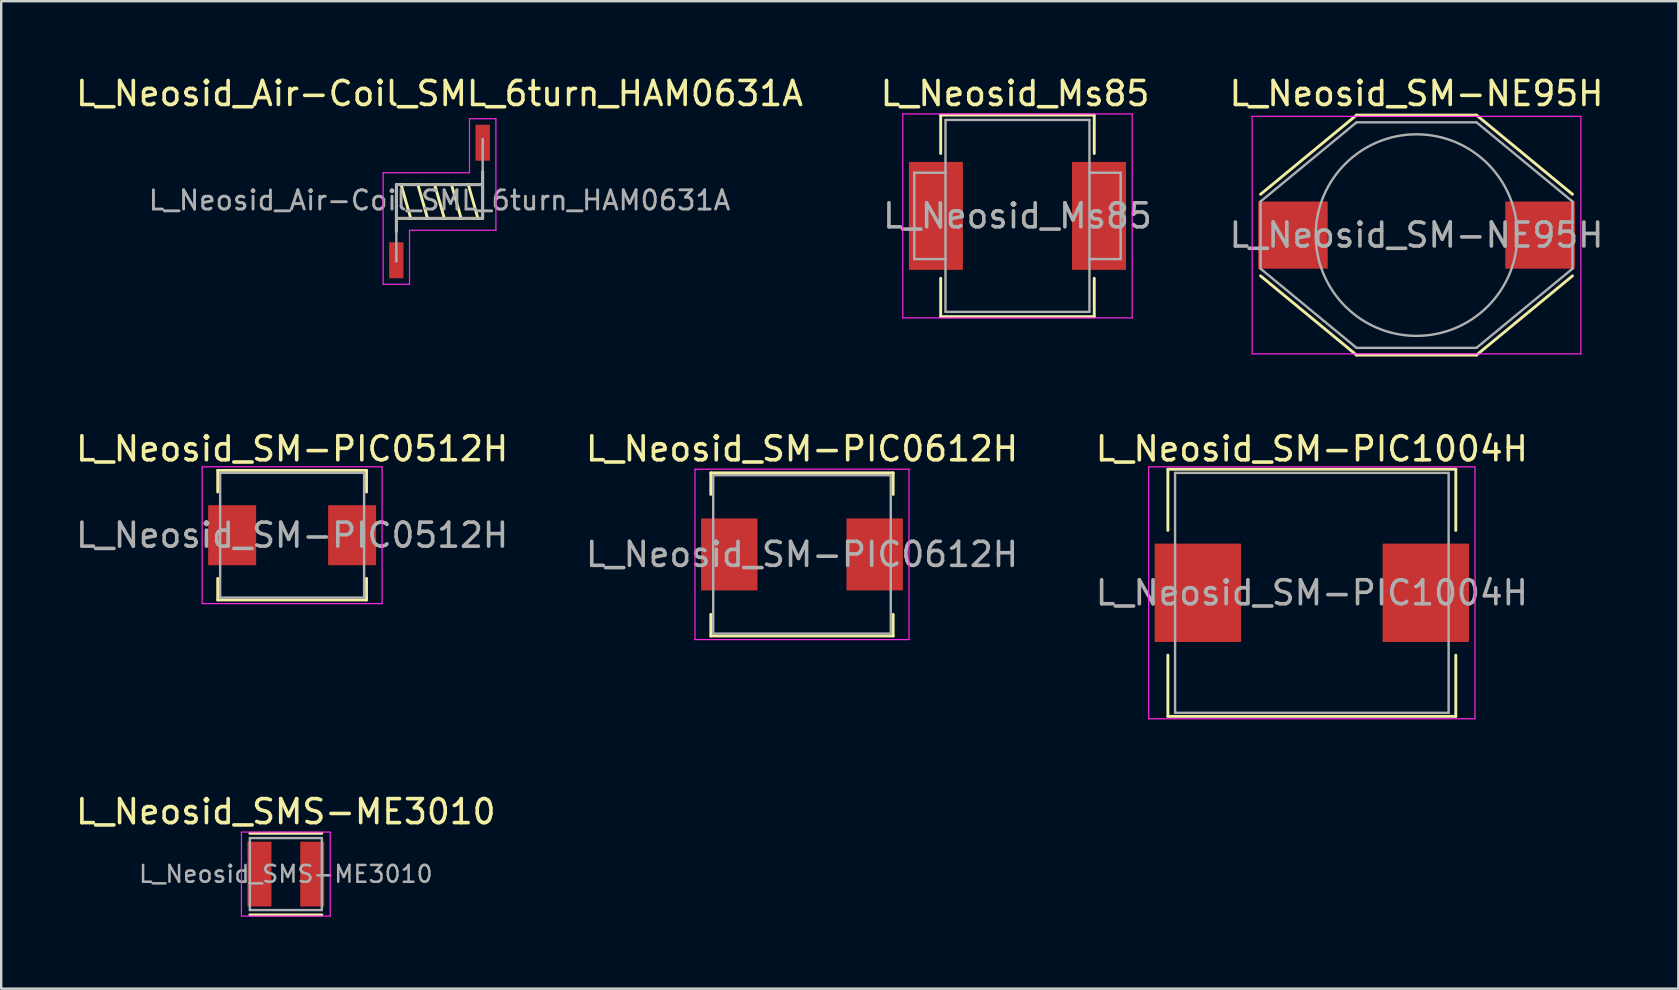
<source format=kicad_pcb>
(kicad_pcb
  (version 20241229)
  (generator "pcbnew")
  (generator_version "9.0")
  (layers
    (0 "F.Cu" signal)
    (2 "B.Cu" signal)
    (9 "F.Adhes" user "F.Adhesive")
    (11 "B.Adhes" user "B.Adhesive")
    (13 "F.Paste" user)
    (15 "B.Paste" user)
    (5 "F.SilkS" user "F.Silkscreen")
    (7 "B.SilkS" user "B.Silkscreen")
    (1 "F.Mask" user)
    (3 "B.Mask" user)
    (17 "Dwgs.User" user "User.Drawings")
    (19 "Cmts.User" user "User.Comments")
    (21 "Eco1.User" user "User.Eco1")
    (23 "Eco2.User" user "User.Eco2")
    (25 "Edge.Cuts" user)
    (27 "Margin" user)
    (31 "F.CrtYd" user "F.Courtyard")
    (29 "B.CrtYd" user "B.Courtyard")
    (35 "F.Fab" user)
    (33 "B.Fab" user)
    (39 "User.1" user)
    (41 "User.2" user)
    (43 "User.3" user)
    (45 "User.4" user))
  (footprint "L_Neosid_Air-Coil_SML_6turn_HAM0631A"
    (layer "F.Cu")
    (at 15.268 5.348)
    (property "Reference" "L_Neosid_Air-Coil_SML_6turn_HAM0631A" (at 0 -4.5 0) (layer "F.SilkS") (effects (font (size 1 1) (thickness 0.15))))
    (attr smd)
    (fp_line (start -1.8 -0.7) (end -1.8 1.25) (stroke (width 0.12) (type solid)) (layer "F.SilkS"))
    (fp_line (start -1.8 -0.7) (end 1.8 -0.7) (stroke (width 0.12) (type solid)) (layer "F.SilkS"))
    (fp_line (start -1.6 -0.7) (end -1.2 0.7) (stroke (width 0.12) (type solid)) (layer "F.SilkS"))
    (fp_line (start -0.9 -0.7) (end -0.5 0.7) (stroke (width 0.12) (type solid)) (layer "F.SilkS"))
    (fp_line (start -0.2 -0.7) (end 0.2 0.7) (stroke (width 0.12) (type solid)) (layer "F.SilkS"))
    (fp_line (start 0.5 -0.7) (end 0.9 0.7) (stroke (width 0.12) (type solid)) (layer "F.SilkS"))
    (fp_line (start 1.2 -0.7) (end 1.6 0.7) (stroke (width 0.12) (type solid)) (layer "F.SilkS"))
    (fp_line (start 1.8 0.7) (end -1.8 0.7) (stroke (width 0.12) (type solid)) (layer "F.SilkS"))
    (fp_line (start 1.8 0.7) (end 1.8 -1.25) (stroke (width 0.12) (type solid)) (layer "F.SilkS"))
    (fp_line (start -2.35 -1.2) (end -2.35 3.45) (stroke (width 0.05) (type solid)) (layer "F.CrtYd"))
    (fp_line (start -2.35 3.45) (end -1.25 3.45) (stroke (width 0.05) (type solid)) (layer "F.CrtYd"))
    (fp_line (start -1.25 1.2) (end 2.35 1.2) (stroke (width 0.05) (type solid)) (layer "F.CrtYd"))
    (fp_line (start -1.25 3.45) (end -1.25 1.2) (stroke (width 0.05) (type solid)) (layer "F.CrtYd"))
    (fp_line (start 1.25 -3.45) (end 1.25 -1.2) (stroke (width 0.05) (type solid)) (layer "F.CrtYd"))
    (fp_line (start 1.25 -1.2) (end -2.35 -1.2) (stroke (width 0.05) (type solid)) (layer "F.CrtYd"))
    (fp_line (start 2.35 -3.45) (end 1.25 -3.45) (stroke (width 0.05) (type solid)) (layer "F.CrtYd"))
    (fp_line (start 2.35 1.2) (end 2.35 -3.45) (stroke (width 0.05) (type solid)) (layer "F.CrtYd"))
    (fp_line (start -1.8 -0.7) (end 1.8 -0.7) (stroke (width 0.1) (type solid)) (layer "F.Fab"))
    (fp_line (start -1.8 0.7) (end 1.8 0.7) (stroke (width 0.1) (type solid)) (layer "F.Fab"))
    (fp_line (start -1.8 2.5) (end -1.8 -0.7) (stroke (width 0.1) (type solid)) (layer "F.Fab"))
    (fp_line (start 1.8 0.7) (end 1.8 -2.6) (stroke (width 0.1) (type solid)) (layer "F.Fab"))
    (fp_text user "${REFERENCE}" (at 0 -0.05 0) (layer "F.Fab") (effects (font (size 0.8 0.8) (thickness 0.12))))
    (pad "1" smd rect (at -1.8 2.45) (size 0.6 1.5) (layers "F.Cu" "F.Mask" "F.Paste"))
    (pad "2" smd rect (at 1.8 -2.45) (size 0.6 1.5) (layers "F.Cu" "F.Mask" "F.Paste")))
  (footprint "L_Neosid_SM-PIC0612H"
    (layer "F.Cu")
    (at 30.375 20.056)
    (property "Reference" "L_Neosid_SM-PIC0612H" (at 0 -4.4 0) (layer "F.SilkS") (effects (font (size 1 1) (thickness 0.15))))
    (attr smd)
    (fp_line (start -3.8 -3.4) (end -3.8 -2.5) (stroke (width 0.12) (type solid)) (layer "F.SilkS"))
    (fp_line (start -3.8 2.5) (end -3.8 3.4) (stroke (width 0.12) (type solid)) (layer "F.SilkS"))
    (fp_line (start -3.8 3.4) (end 3.8 3.4) (stroke (width 0.12) (type solid)) (layer "F.SilkS"))
    (fp_line (start 3.8 -3.4) (end -3.8 -3.4) (stroke (width 0.12) (type solid)) (layer "F.SilkS"))
    (fp_line (start 3.8 -2.5) (end 3.8 -3.4) (stroke (width 0.12) (type solid)) (layer "F.SilkS"))
    (fp_line (start 3.8 3.4) (end 3.8 2.5) (stroke (width 0.12) (type solid)) (layer "F.SilkS"))
    (fp_line (start -4.46 -3.55) (end -4.46 3.55) (stroke (width 0.05) (type solid)) (layer "F.CrtYd"))
    (fp_line (start -4.46 -3.55) (end 4.46 -3.55) (stroke (width 0.05) (type solid)) (layer "F.CrtYd"))
    (fp_line (start 4.46 3.55) (end -4.46 3.55) (stroke (width 0.05) (type solid)) (layer "F.CrtYd"))
    (fp_line (start 4.46 3.55) (end 4.46 -3.55) (stroke (width 0.05) (type solid)) (layer "F.CrtYd"))
    (fp_line (start -3.7 -3.3) (end 3.7 -3.3) (stroke (width 0.1) (type solid)) (layer "F.Fab"))
    (fp_line (start -3.7 3.3) (end -3.7 -3.3) (stroke (width 0.1) (type solid)) (layer "F.Fab"))
    (fp_line (start 3.7 -3.3) (end 3.7 3.3) (stroke (width 0.1) (type solid)) (layer "F.Fab"))
    (fp_line (start 3.7 3.3) (end -3.7 3.3) (stroke (width 0.1) (type solid)) (layer "F.Fab"))
    (fp_text user "${REFERENCE}" (at 0 0 0) (layer "F.Fab") (effects (font (size 1 1) (thickness 0.15))))
    (pad "1" smd rect (at -3.03 0) (size 2.35 3) (layers "F.Cu" "F.Mask" "F.Paste"))
    (pad "2" smd rect (at 3.03 0) (size 2.35 3) (layers "F.Cu" "F.Mask" "F.Paste")))
  (footprint "L_Neosid_SMS-ME3010"
    (layer "F.Cu")
    (at 8.863 33.38)
    (property "Reference" "L_Neosid_SMS-ME3010" (at 0 -2.6 0) (layer "F.SilkS") (effects (font (size 1 1) (thickness 0.15))))
    (attr smd)
    (fp_line (start 1.5 -1.7) (end -1.5 -1.7) (stroke (width 0.12) (type solid)) (layer "F.SilkS"))
    (fp_line (start 1.5 1.7) (end -1.5 1.7) (stroke (width 0.12) (type solid)) (layer "F.SilkS"))
    (fp_line (start -1.85 -1.75) (end -1.85 1.75) (stroke (width 0.05) (type solid)) (layer "F.CrtYd"))
    (fp_line (start -1.85 -1.75) (end 1.85 -1.75) (stroke (width 0.05) (type solid)) (layer "F.CrtYd"))
    (fp_line (start 1.85 1.75) (end -1.85 1.75) (stroke (width 0.05) (type solid)) (layer "F.CrtYd"))
    (fp_line (start 1.85 1.75) (end 1.85 -1.75) (stroke (width 0.05) (type solid)) (layer "F.CrtYd"))
    (fp_line (start -1.5 -1.5) (end -1.5 1.5) (stroke (width 0.1) (type solid)) (layer "F.Fab"))
    (fp_line (start -1.5 1.5) (end 1.5 1.5) (stroke (width 0.1) (type solid)) (layer "F.Fab"))
    (fp_line (start 1.5 -1.5) (end -1.5 -1.5) (stroke (width 0.1) (type solid)) (layer "F.Fab"))
    (fp_line (start 1.5 1.5) (end 1.5 -1.5) (stroke (width 0.1) (type solid)) (layer "F.Fab"))
    (fp_text user "${REFERENCE}" (at 0 0 0) (layer "F.Fab") (effects (font (size 0.7 0.7) (thickness 0.105))))
    (pad "1" smd rect (at -1.1 0) (size 1 2.7) (layers "F.Cu" "F.Mask" "F.Paste"))
    (pad "2" smd rect (at 1.1 0) (size 1 2.7) (layers "F.Cu" "F.Mask" "F.Paste")))
  (footprint "L_Neosid_SM-PIC1004H"
    (layer "F.Cu")
    (at 51.625 21.657)
    (property "Reference" "L_Neosid_SM-PIC1004H" (at 0 -6 0) (layer "F.SilkS") (effects (font (size 1 1) (thickness 0.15))))
    (attr smd)
    (fp_line (start -6 -5.15) (end -6 -2.6) (stroke (width 0.12) (type solid)) (layer "F.SilkS"))
    (fp_line (start -6 2.6) (end -6 5.15) (stroke (width 0.12) (type solid)) (layer "F.SilkS"))
    (fp_line (start -6 5.15) (end 6 5.15) (stroke (width 0.12) (type solid)) (layer "F.SilkS"))
    (fp_line (start 6 -5.15) (end -6 -5.15) (stroke (width 0.12) (type solid)) (layer "F.SilkS"))
    (fp_line (start 6 -2.6) (end 6 -5.15) (stroke (width 0.12) (type solid)) (layer "F.SilkS"))
    (fp_line (start 6 5.15) (end 6 2.6) (stroke (width 0.12) (type solid)) (layer "F.SilkS"))
    (fp_line (start -6.8 -5.25) (end -6.8 5.25) (stroke (width 0.05) (type solid)) (layer "F.CrtYd"))
    (fp_line (start -6.8 -5.25) (end 6.8 -5.25) (stroke (width 0.05) (type solid)) (layer "F.CrtYd"))
    (fp_line (start 6.8 5.25) (end -6.8 5.25) (stroke (width 0.05) (type solid)) (layer "F.CrtYd"))
    (fp_line (start 6.8 5.25) (end 6.8 -5.25) (stroke (width 0.05) (type solid)) (layer "F.CrtYd"))
    (fp_line (start -5.7 -5) (end 5.7 -5) (stroke (width 0.1) (type solid)) (layer "F.Fab"))
    (fp_line (start -5.7 5) (end -5.7 -5) (stroke (width 0.1) (type solid)) (layer "F.Fab"))
    (fp_line (start 5.7 -5) (end 5.7 5) (stroke (width 0.1) (type solid)) (layer "F.Fab"))
    (fp_line (start 5.7 5) (end -5.7 5) (stroke (width 0.1) (type solid)) (layer "F.Fab"))
    (fp_text user "${REFERENCE}" (at 0 0 0) (layer "F.Fab") (effects (font (size 1 1) (thickness 0.15))))
    (pad "1" smd rect (at -4.75 0) (size 3.6 4.1) (layers "F.Cu" "F.Mask" "F.Paste"))
    (pad "2" smd rect (at 4.75 0) (size 3.6 4.1) (layers "F.Cu" "F.Mask" "F.Paste")))
  (footprint "L_Neosid_SM-PIC0512H"
    (layer "F.Cu")
    (at 9.125 19.256)
    (property "Reference" "L_Neosid_SM-PIC0512H" (at 0 -3.6 0) (layer "F.SilkS") (effects (font (size 1 1) (thickness 0.15))))
    (attr smd)
    (fp_line (start -3.1 -2.7) (end -3.1 -1.8) (stroke (width 0.12) (type solid)) (layer "F.SilkS"))
    (fp_line (start -3.1 2.7) (end -3.1 1.8) (stroke (width 0.12) (type solid)) (layer "F.SilkS"))
    (fp_line (start 3.1 -2.7) (end -3.1 -2.7) (stroke (width 0.12) (type solid)) (layer "F.SilkS"))
    (fp_line (start 3.1 -2.7) (end 3.1 -1.8) (stroke (width 0.12) (type solid)) (layer "F.SilkS"))
    (fp_line (start 3.1 1.8) (end 3.1 2.7) (stroke (width 0.12) (type solid)) (layer "F.SilkS"))
    (fp_line (start 3.1 2.7) (end -3.1 2.7) (stroke (width 0.12) (type solid)) (layer "F.SilkS"))
    (fp_line (start -3.75 -2.85) (end -3.75 2.85) (stroke (width 0.05) (type solid)) (layer "F.CrtYd"))
    (fp_line (start -3.75 -2.85) (end 3.75 -2.85) (stroke (width 0.05) (type solid)) (layer "F.CrtYd"))
    (fp_line (start 3.75 2.85) (end -3.75 2.85) (stroke (width 0.05) (type solid)) (layer "F.CrtYd"))
    (fp_line (start 3.75 2.85) (end 3.75 -2.85) (stroke (width 0.05) (type solid)) (layer "F.CrtYd"))
    (fp_line (start -3 -2.6) (end 3 -2.6) (stroke (width 0.1) (type solid)) (layer "F.Fab"))
    (fp_line (start -3 2.6) (end -3 -2.6) (stroke (width 0.1) (type solid)) (layer "F.Fab"))
    (fp_line (start 3 -2.6) (end 3 2.6) (stroke (width 0.1) (type solid)) (layer "F.Fab"))
    (fp_line (start 3 2.6) (end -3 2.6) (stroke (width 0.1) (type solid)) (layer "F.Fab"))
    (fp_text user "${REFERENCE}" (at 0 0 0) (layer "F.Fab") (effects (font (size 1 1) (thickness 0.15))))
    (pad "1" smd rect (at -2.5 0 180) (size 2 2.5) (layers "F.Cu" "F.Mask" "F.Paste"))
    (pad "2" smd rect (at 2.5 0 180) (size 2 2.5) (layers "F.Cu" "F.Mask" "F.Paste")))
  (footprint "L_Neosid_Ms85"
    (layer "F.Cu")
    (at 39.356 5.948)
    (property "Reference" "L_Neosid_Ms85" (at -0.1 -5.1 0) (layer "F.SilkS") (effects (font (size 1 1) (thickness 0.15))))
    (attr smd)
    (fp_line (start -3.2 -4.2) (end -3.2 -2.6) (stroke (width 0.12) (type solid)) (layer "F.SilkS"))
    (fp_line (start -3.2 2.6) (end -3.2 4.2) (stroke (width 0.12) (type solid)) (layer "F.SilkS"))
    (fp_line (start -3.2 4.2) (end 3.2 4.2) (stroke (width 0.12) (type solid)) (layer "F.SilkS"))
    (fp_line (start 3.2 -4.2) (end -3.2 -4.2) (stroke (width 0.12) (type solid)) (layer "F.SilkS"))
    (fp_line (start 3.2 -2.6) (end 3.2 -4.2) (stroke (width 0.12) (type solid)) (layer "F.SilkS"))
    (fp_line (start 3.2 4.2) (end 3.2 2.6) (stroke (width 0.12) (type solid)) (layer "F.SilkS"))
    (fp_line (start -4.78 -4.25) (end -4.78 4.25) (stroke (width 0.05) (type solid)) (layer "F.CrtYd"))
    (fp_line (start -4.78 -4.25) (end 4.78 -4.25) (stroke (width 0.05) (type solid)) (layer "F.CrtYd"))
    (fp_line (start 4.78 4.25) (end -4.78 4.25) (stroke (width 0.05) (type solid)) (layer "F.CrtYd"))
    (fp_line (start 4.78 4.25) (end 4.78 -4.25) (stroke (width 0.05) (type solid)) (layer "F.CrtYd"))
    (fp_line (start -4.3 -1.8) (end -4.3 1.8) (stroke (width 0.1) (type solid)) (layer "F.Fab"))
    (fp_line (start -4.3 -1.8) (end -3 -1.8) (stroke (width 0.1) (type solid)) (layer "F.Fab"))
    (fp_line (start -4.3 1.8) (end -3 1.8) (stroke (width 0.1) (type solid)) (layer "F.Fab"))
    (fp_line (start -3 -4) (end 3 -4) (stroke (width 0.1) (type solid)) (layer "F.Fab"))
    (fp_line (start -3 4) (end -3 -4) (stroke (width 0.1) (type solid)) (layer "F.Fab"))
    (fp_line (start 3 -4) (end 3 4) (stroke (width 0.1) (type solid)) (layer "F.Fab"))
    (fp_line (start 3 1.8) (end 4.3 1.8) (stroke (width 0.1) (type solid)) (layer "F.Fab"))
    (fp_line (start 3 4) (end -3 4) (stroke (width 0.1) (type solid)) (layer "F.Fab"))
    (fp_line (start 4.3 -1.8) (end 3 -1.8) (stroke (width 0.1) (type solid)) (layer "F.Fab"))
    (fp_line (start 4.3 1.8) (end 4.3 -1.8) (stroke (width 0.1) (type solid)) (layer "F.Fab"))
    (fp_text user "${REFERENCE}" (at 0 0 0) (layer "F.Fab") (effects (font (size 1 1) (thickness 0.15))))
    (pad "1" smd rect (at -3.4 0) (size 2.25 4.5) (layers "F.Cu" "F.Mask" "F.Paste"))
    (pad "2" smd rect (at 3.4 0) (size 2.25 4.5) (layers "F.Cu" "F.Mask" "F.Paste")))
  (footprint "L_Neosid_SM-NE95H"
    (layer "F.Cu")
    (at 55.987 6.748)
    (property "Reference" "L_Neosid_SM-NE95H" (at 0 -5.9 0) (layer "F.SilkS") (effects (font (size 1 1) (thickness 0.15))))
    (attr smd)
    (fp_line (start -6.5 -1.7) (end -2.5 -5) (stroke (width 0.12) (type solid)) (layer "F.SilkS"))
    (fp_line (start -2.5 -5) (end 2.5 -5) (stroke (width 0.12) (type solid)) (layer "F.SilkS"))
    (fp_line (start -2.5 5) (end -6.5 1.7) (stroke (width 0.12) (type solid)) (layer "F.SilkS"))
    (fp_line (start 2.5 -5) (end 6.5 -1.7) (stroke (width 0.12) (type solid)) (layer "F.SilkS"))
    (fp_line (start 2.5 5) (end -2.5 5) (stroke (width 0.12) (type solid)) (layer "F.SilkS"))
    (fp_line (start 6.5 1.7) (end 2.5 5) (stroke (width 0.12) (type solid)) (layer "F.SilkS"))
    (fp_line (start -6.85 -4.95) (end -6.85 4.95) (stroke (width 0.05) (type solid)) (layer "F.CrtYd"))
    (fp_line (start -6.85 -4.95) (end 6.85 -4.95) (stroke (width 0.05) (type solid)) (layer "F.CrtYd"))
    (fp_line (start 6.85 4.95) (end -6.85 4.95) (stroke (width 0.05) (type solid)) (layer "F.CrtYd"))
    (fp_line (start 6.85 4.95) (end 6.85 -4.95) (stroke (width 0.05) (type solid)) (layer "F.CrtYd"))
    (fp_line (start -6.5 -1.4) (end -2.5 -4.7) (stroke (width 0.1) (type solid)) (layer "F.Fab"))
    (fp_line (start -6.5 1.4) (end -6.5 -1.4) (stroke (width 0.1) (type solid)) (layer "F.Fab"))
    (fp_line (start -2.5 -4.7) (end 2.5 -4.7) (stroke (width 0.1) (type solid)) (layer "F.Fab"))
    (fp_line (start -2.5 4.7) (end -6.5 1.4) (stroke (width 0.1) (type solid)) (layer "F.Fab"))
    (fp_line (start 2.5 -4.7) (end 6.5 -1.4) (stroke (width 0.1) (type solid)) (layer "F.Fab"))
    (fp_line (start 2.5 4.7) (end -2.5 4.7) (stroke (width 0.1) (type solid)) (layer "F.Fab"))
    (fp_line (start 6.5 -1.4) (end 6.5 1.4) (stroke (width 0.1) (type solid)) (layer "F.Fab"))
    (fp_line (start 6.5 1.4) (end 2.5 4.7) (stroke (width 0.1) (type solid)) (layer "F.Fab"))
    (fp_circle (center 0 0) (end 0 -4.2) (stroke (width 0.1) (type solid)) (fill no) (layer "F.Fab"))
    (fp_text user "${REFERENCE}" (at 0 0 0) (layer "F.Fab") (effects (font (size 1 1) (thickness 0.15))))
    (pad "1" smd rect (at -5.15 0) (size 2.9 2.8) (layers "F.Cu" "F.Mask" "F.Paste"))
    (pad "2" smd rect (at 5.15 0) (size 2.9 2.8) (layers "F.Cu" "F.Mask" "F.Paste")))
  (gr_rect
    (start -3 -3)
    (end 66.898 38.155)
    (stroke (width 0.1) (type default))
    (fill no)
    (layer "Edge.Cuts")))
</source>
